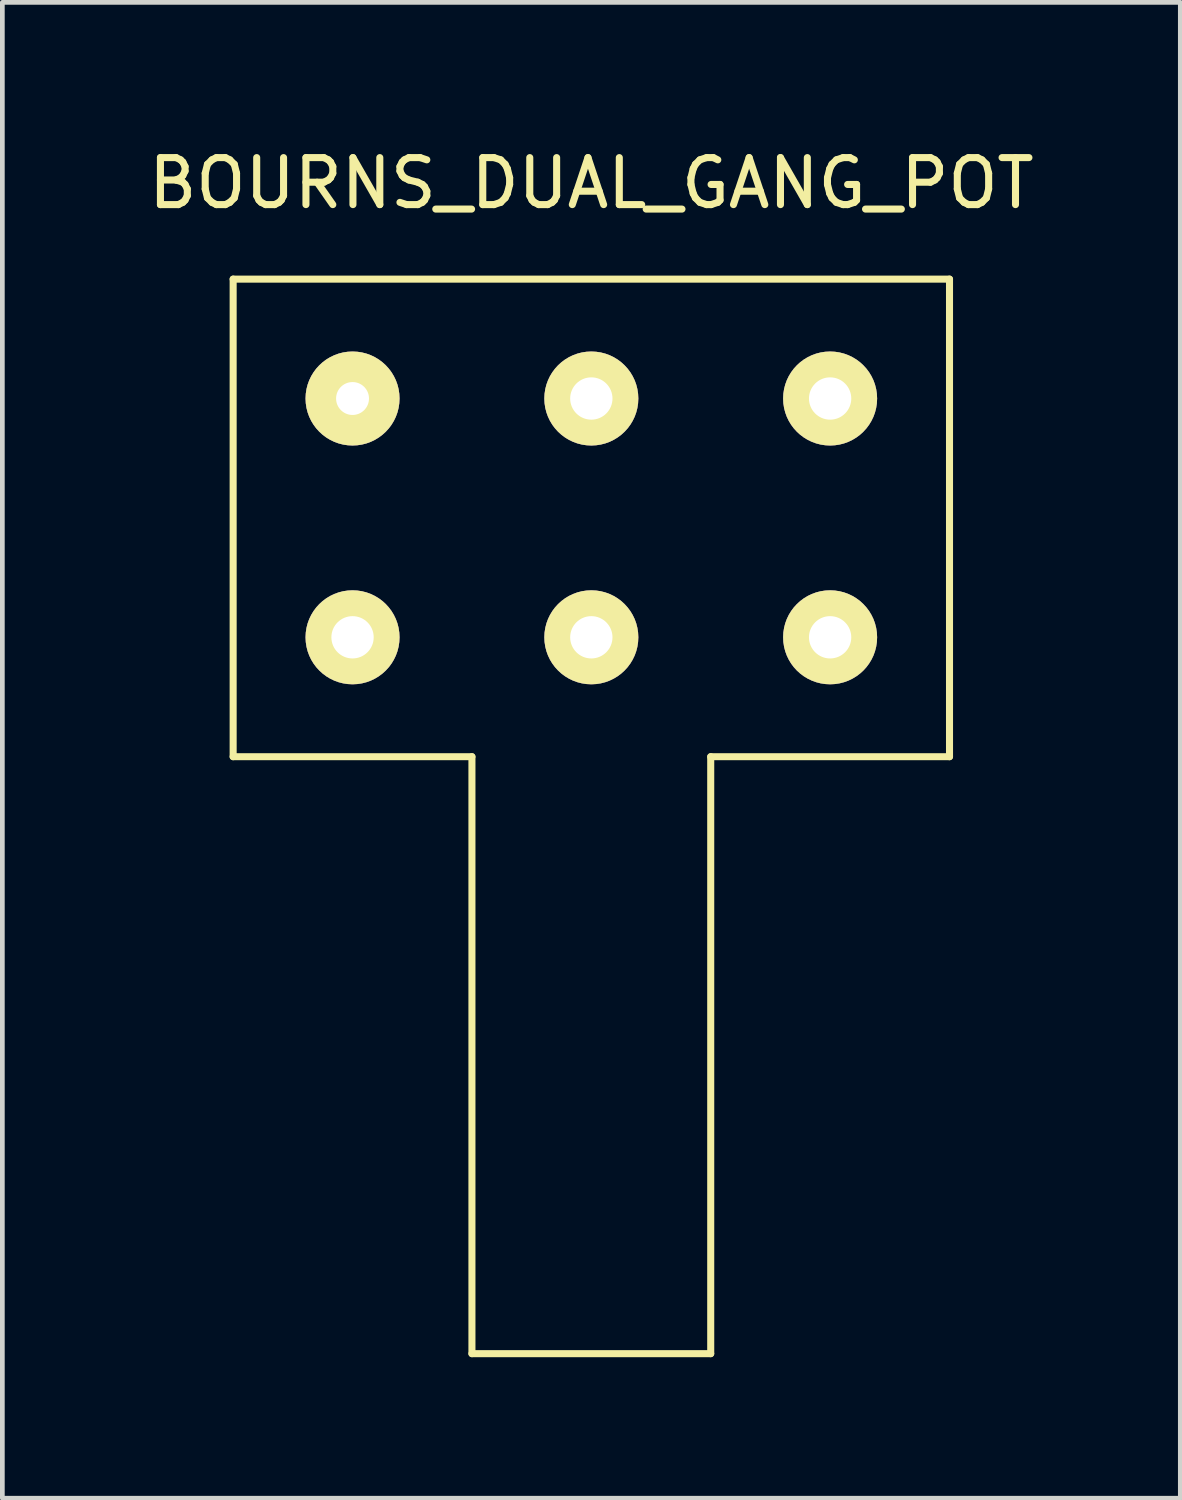
<source format=kicad_pcb>
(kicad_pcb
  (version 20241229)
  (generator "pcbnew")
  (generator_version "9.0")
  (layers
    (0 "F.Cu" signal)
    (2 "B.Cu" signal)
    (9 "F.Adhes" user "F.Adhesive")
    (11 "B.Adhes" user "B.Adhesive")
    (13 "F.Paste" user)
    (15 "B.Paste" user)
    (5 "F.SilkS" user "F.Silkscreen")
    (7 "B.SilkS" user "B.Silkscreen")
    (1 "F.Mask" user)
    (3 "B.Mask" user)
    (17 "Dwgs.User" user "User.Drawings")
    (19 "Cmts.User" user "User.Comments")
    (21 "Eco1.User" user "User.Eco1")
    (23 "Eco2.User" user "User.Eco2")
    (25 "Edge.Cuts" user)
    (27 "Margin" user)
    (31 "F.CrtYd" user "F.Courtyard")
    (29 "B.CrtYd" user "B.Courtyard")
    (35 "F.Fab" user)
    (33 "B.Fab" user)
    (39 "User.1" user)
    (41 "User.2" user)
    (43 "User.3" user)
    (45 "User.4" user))
  (footprint "BOURNS_DUAL_GANG_POT"
    (layer "F.Cu")
    (at 9.53 0.348)
    (property "Reference" "BOURNS_DUAL_GANG_POT" (at 0 0.5 0) (layer "F.SilkS") (effects (font (size 1 1) (thickness 0.15))))
    (attr through_hole)
    (fp_line (start -7.62 2.54) (end -7.62 12.7) (stroke (width 0.15) (type solid)) (layer "F.SilkS"))
    (fp_line (start -7.62 2.54) (end 7.62 2.54) (stroke (width 0.15) (type solid)) (layer "F.SilkS"))
    (fp_line (start -7.62 12.7) (end -2.54 12.7) (stroke (width 0.15) (type solid)) (layer "F.SilkS"))
    (fp_line (start -2.54 12.7) (end -2.54 25.4) (stroke (width 0.15) (type solid)) (layer "F.SilkS"))
    (fp_line (start -2.54 25.4) (end 2.54 25.4) (stroke (width 0.15) (type solid)) (layer "F.SilkS"))
    (fp_line (start 2.54 12.7) (end 7.62 12.7) (stroke (width 0.15) (type solid)) (layer "F.SilkS"))
    (fp_line (start 2.54 25.4) (end 2.54 12.7) (stroke (width 0.15) (type solid)) (layer "F.SilkS"))
    (fp_line (start 7.62 12.7) (end 7.62 2.54) (stroke (width 0.15) (type solid)) (layer "F.SilkS"))
    (pad "1" thru_hole circle (at -5.08 5.08) (size 2 2) (drill 0.7) (layers "*.Cu" "*.Mask" "F.SilkS"))
    (pad "2" thru_hole circle (at 0 5.08) (size 2 2) (drill 0.9) (layers "*.Cu" "*.Mask" "F.SilkS"))
    (pad "3" thru_hole circle (at 5.08 5.08) (size 2 2) (drill 0.9) (layers "*.Cu" "*.Mask" "F.SilkS"))
    (pad "4" thru_hole circle (at -5.08 10.16) (size 2 2) (drill 0.9) (layers "*.Cu" "*.Mask" "F.SilkS"))
    (pad "5" thru_hole circle (at 0 10.16) (size 2 2) (drill 0.9) (layers "*.Cu" "*.Mask" "F.SilkS"))
    (pad "6" thru_hole circle (at 5.08 10.16) (size 2 2) (drill 0.9) (layers "*.Cu" "*.Mask" "F.SilkS")))
  (gr_rect
    (start -3 -3)
    (end 22.06 28.823)
    (stroke (width 0.1) (type default))
    (fill no)
    (layer "Edge.Cuts")))
</source>
